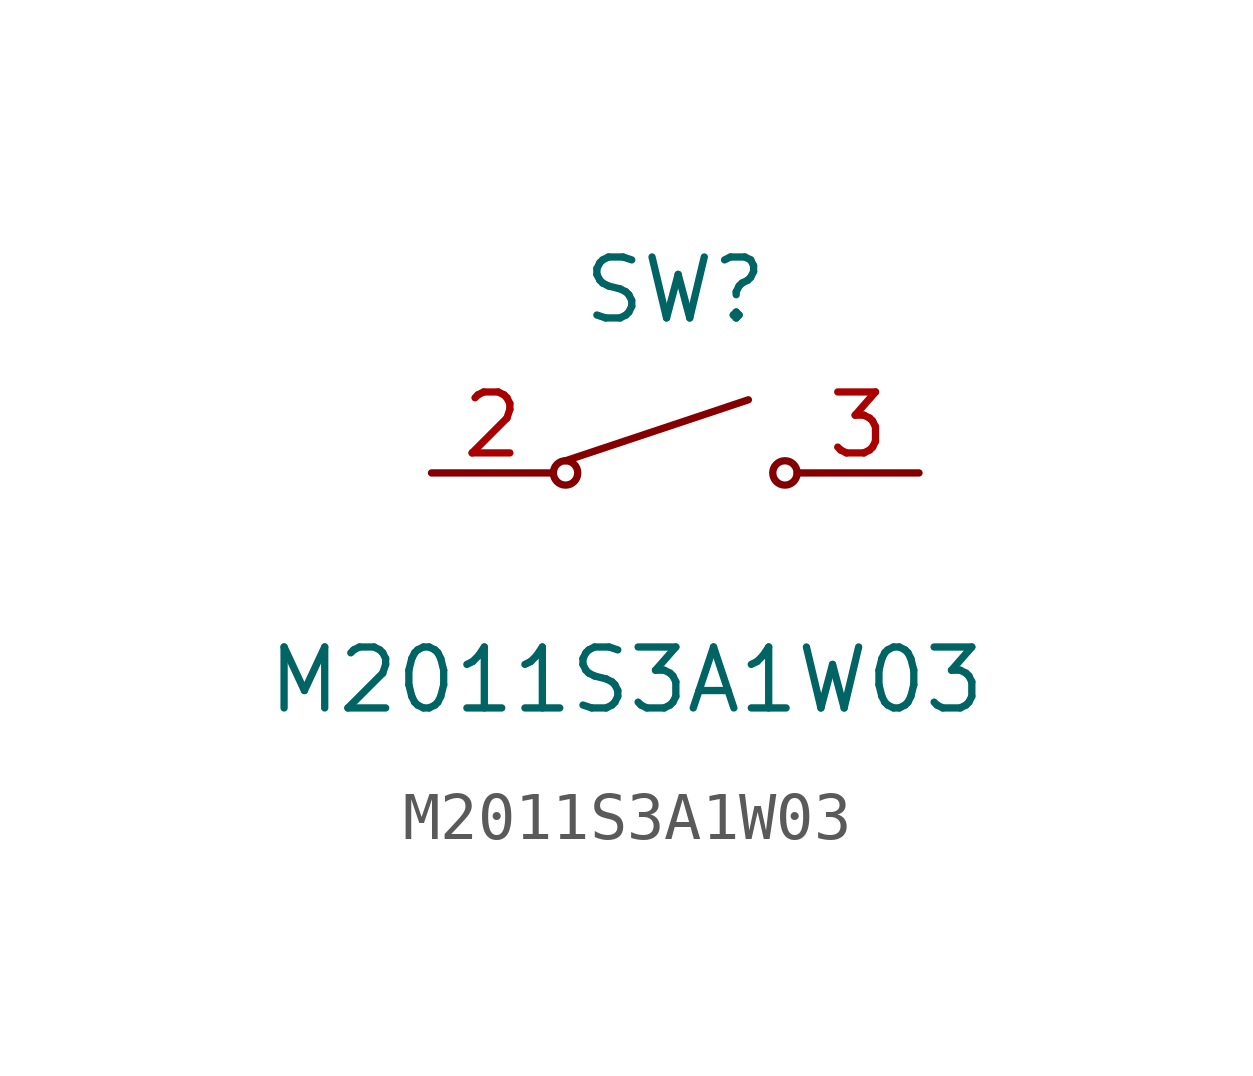
<source format=kicad_sym>
(kicad_symbol_lib
  (version 20231120)
  (generator "kicad_symbol_editor")
  (generator_version "8.0")
  (symbol "M2011S3A1W03"
    (pin_names hide)
    (property "Reference" "SW"
      (at 0 3.81 0)
      (effects (font (size 1.27 1.27))))
    (property "Value" "M2011S3A1W03"
      (at -1.016 -4.318 0)
      (effects (font (size 1.27 1.27))))
    (symbol "M2011S3A1W03_0_1"
      (circle (center -2.286 0) (radius 0.254) (stroke (width 0) (type default)) (fill (type none)))
      (polyline (pts (xy -2.286 0.254) (xy 1.524 1.524)) (stroke (width 0) (type default)) (fill (type none)))
      (circle (center 2.286 0) (radius 0.254) (stroke (width 0) (type default)) (fill (type none))))
    (symbol "M2011S3A1W03_1_1"
      (pin passive line (at -5.08 0 0) (length 2.54) (name "A" (effects (font (size 1.27 1.27)))) (number "2" (effects (font (size 1.27 1.27)))))
      (pin passive line (at 5.08 0 180) (length 2.54) (name "A" (effects (font (size 1.27 1.27)))) (number "3" (effects (font (size 1.27 1.27))))))))
</source>
